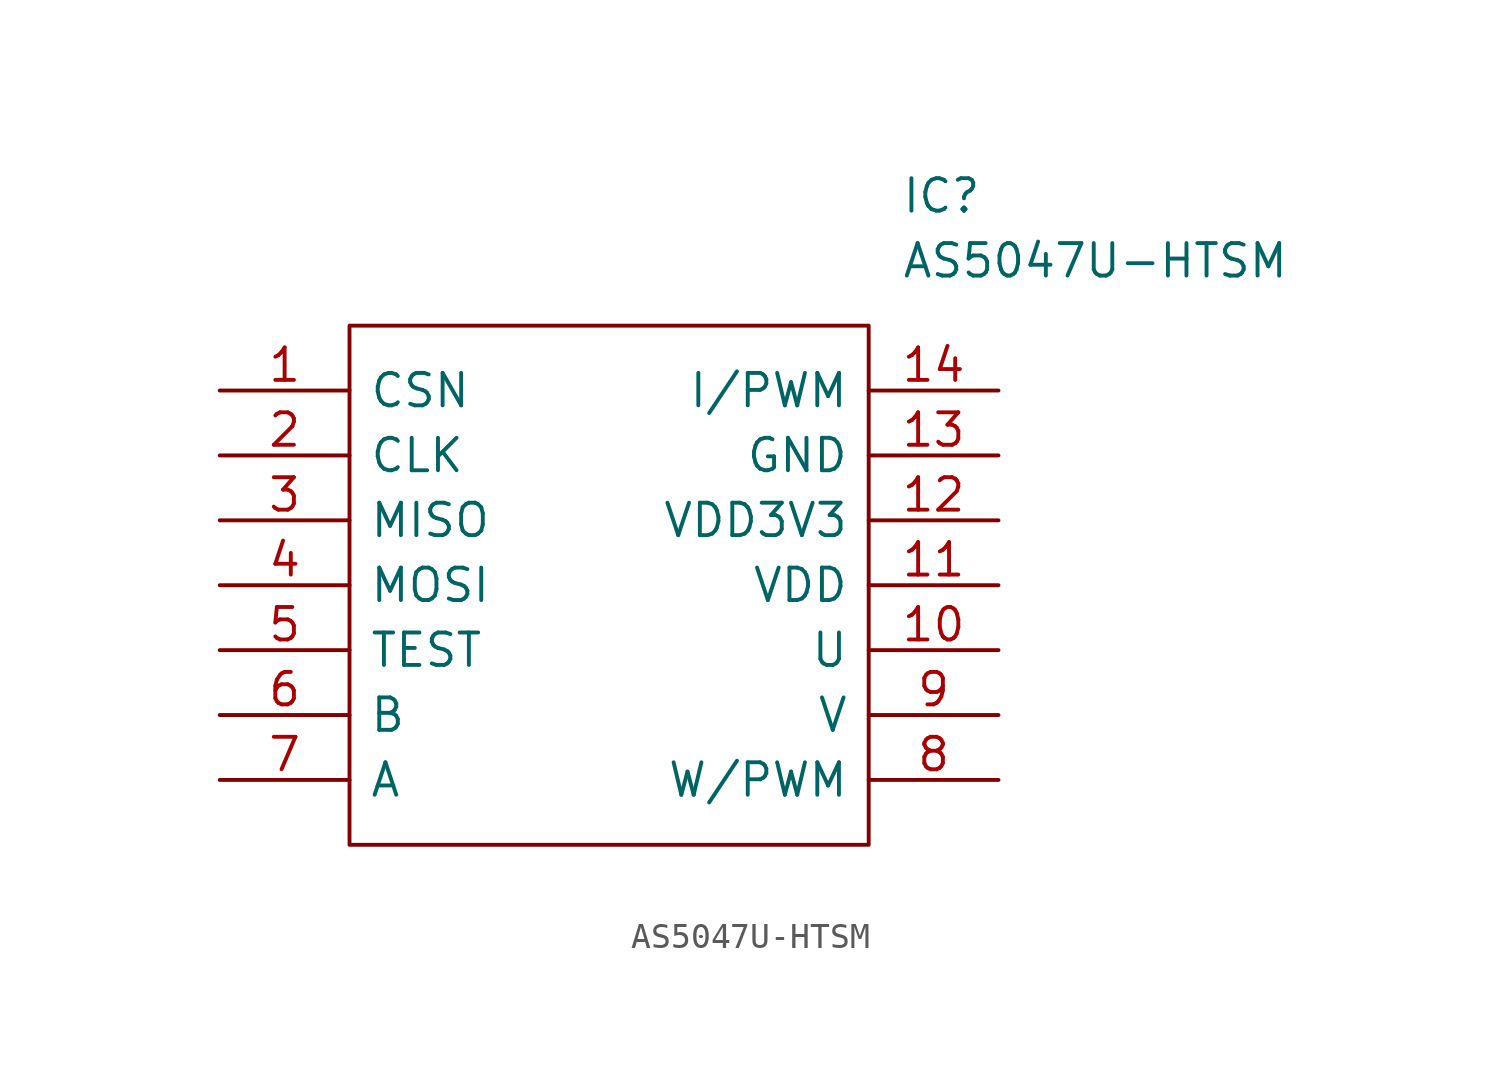
<source format=kicad_sym>
(kicad_symbol_lib
  (version 20211014)
  (generator kicad_symbol_editor)
  (symbol "AS5047U-HTSM"
    (pin_names
      (offset 0.762))
    (property "Reference" "IC"
      (at 26.67 7.62 0)
      (effects (font (size 1.27 1.27)) (justify left)))
    (property "Value" "AS5047U-HTSM"
      (at 26.67 5.08 0)
      (effects (font (size 1.27 1.27)) (justify left)))
    (symbol "AS5047U-HTSM_0_0"
      (pin passive line (at 0 0 0) (length 5.08) (name "CSN" (effects (font (size 1.27 1.27)))) (number "1" (effects (font (size 1.27 1.27)))))
      (pin passive line (at 30.48 -10.16 180) (length 5.08) (name "U" (effects (font (size 1.27 1.27)))) (number "10" (effects (font (size 1.27 1.27)))))
      (pin passive line (at 30.48 -7.62 180) (length 5.08) (name "VDD" (effects (font (size 1.27 1.27)))) (number "11" (effects (font (size 1.27 1.27)))))
      (pin passive line (at 30.48 -5.08 180) (length 5.08) (name "VDD3V3" (effects (font (size 1.27 1.27)))) (number "12" (effects (font (size 1.27 1.27)))))
      (pin passive line (at 30.48 -2.54 180) (length 5.08) (name "GND" (effects (font (size 1.27 1.27)))) (number "13" (effects (font (size 1.27 1.27)))))
      (pin passive line (at 30.48 0 180) (length 5.08) (name "I/PWM" (effects (font (size 1.27 1.27)))) (number "14" (effects (font (size 1.27 1.27)))))
      (pin passive line (at 0 -2.54 0) (length 5.08) (name "CLK" (effects (font (size 1.27 1.27)))) (number "2" (effects (font (size 1.27 1.27)))))
      (pin passive line (at 0 -5.08 0) (length 5.08) (name "MISO" (effects (font (size 1.27 1.27)))) (number "3" (effects (font (size 1.27 1.27)))))
      (pin passive line (at 0 -7.62 0) (length 5.08) (name "MOSI" (effects (font (size 1.27 1.27)))) (number "4" (effects (font (size 1.27 1.27)))))
      (pin passive line (at 0 -10.16 0) (length 5.08) (name "TEST" (effects (font (size 1.27 1.27)))) (number "5" (effects (font (size 1.27 1.27)))))
      (pin passive line (at 0 -12.7 0) (length 5.08) (name "B" (effects (font (size 1.27 1.27)))) (number "6" (effects (font (size 1.27 1.27)))))
      (pin passive line (at 0 -15.24 0) (length 5.08) (name "A" (effects (font (size 1.27 1.27)))) (number "7" (effects (font (size 1.27 1.27)))))
      (pin passive line (at 30.48 -15.24 180) (length 5.08) (name "W/PWM" (effects (font (size 1.27 1.27)))) (number "8" (effects (font (size 1.27 1.27)))))
      (pin passive line (at 30.48 -12.7 180) (length 5.08) (name "V" (effects (font (size 1.27 1.27)))) (number "9" (effects (font (size 1.27 1.27))))))
    (symbol "AS5047U-HTSM_0_1"
      (polyline (pts (xy 5.08 2.54) (xy 25.4 2.54) (xy 25.4 -17.78) (xy 5.08 -17.78) (xy 5.08 2.54)) (stroke (width 0.152) (type default) (color 0 0 0 0)) (fill (type none))))))
</source>
